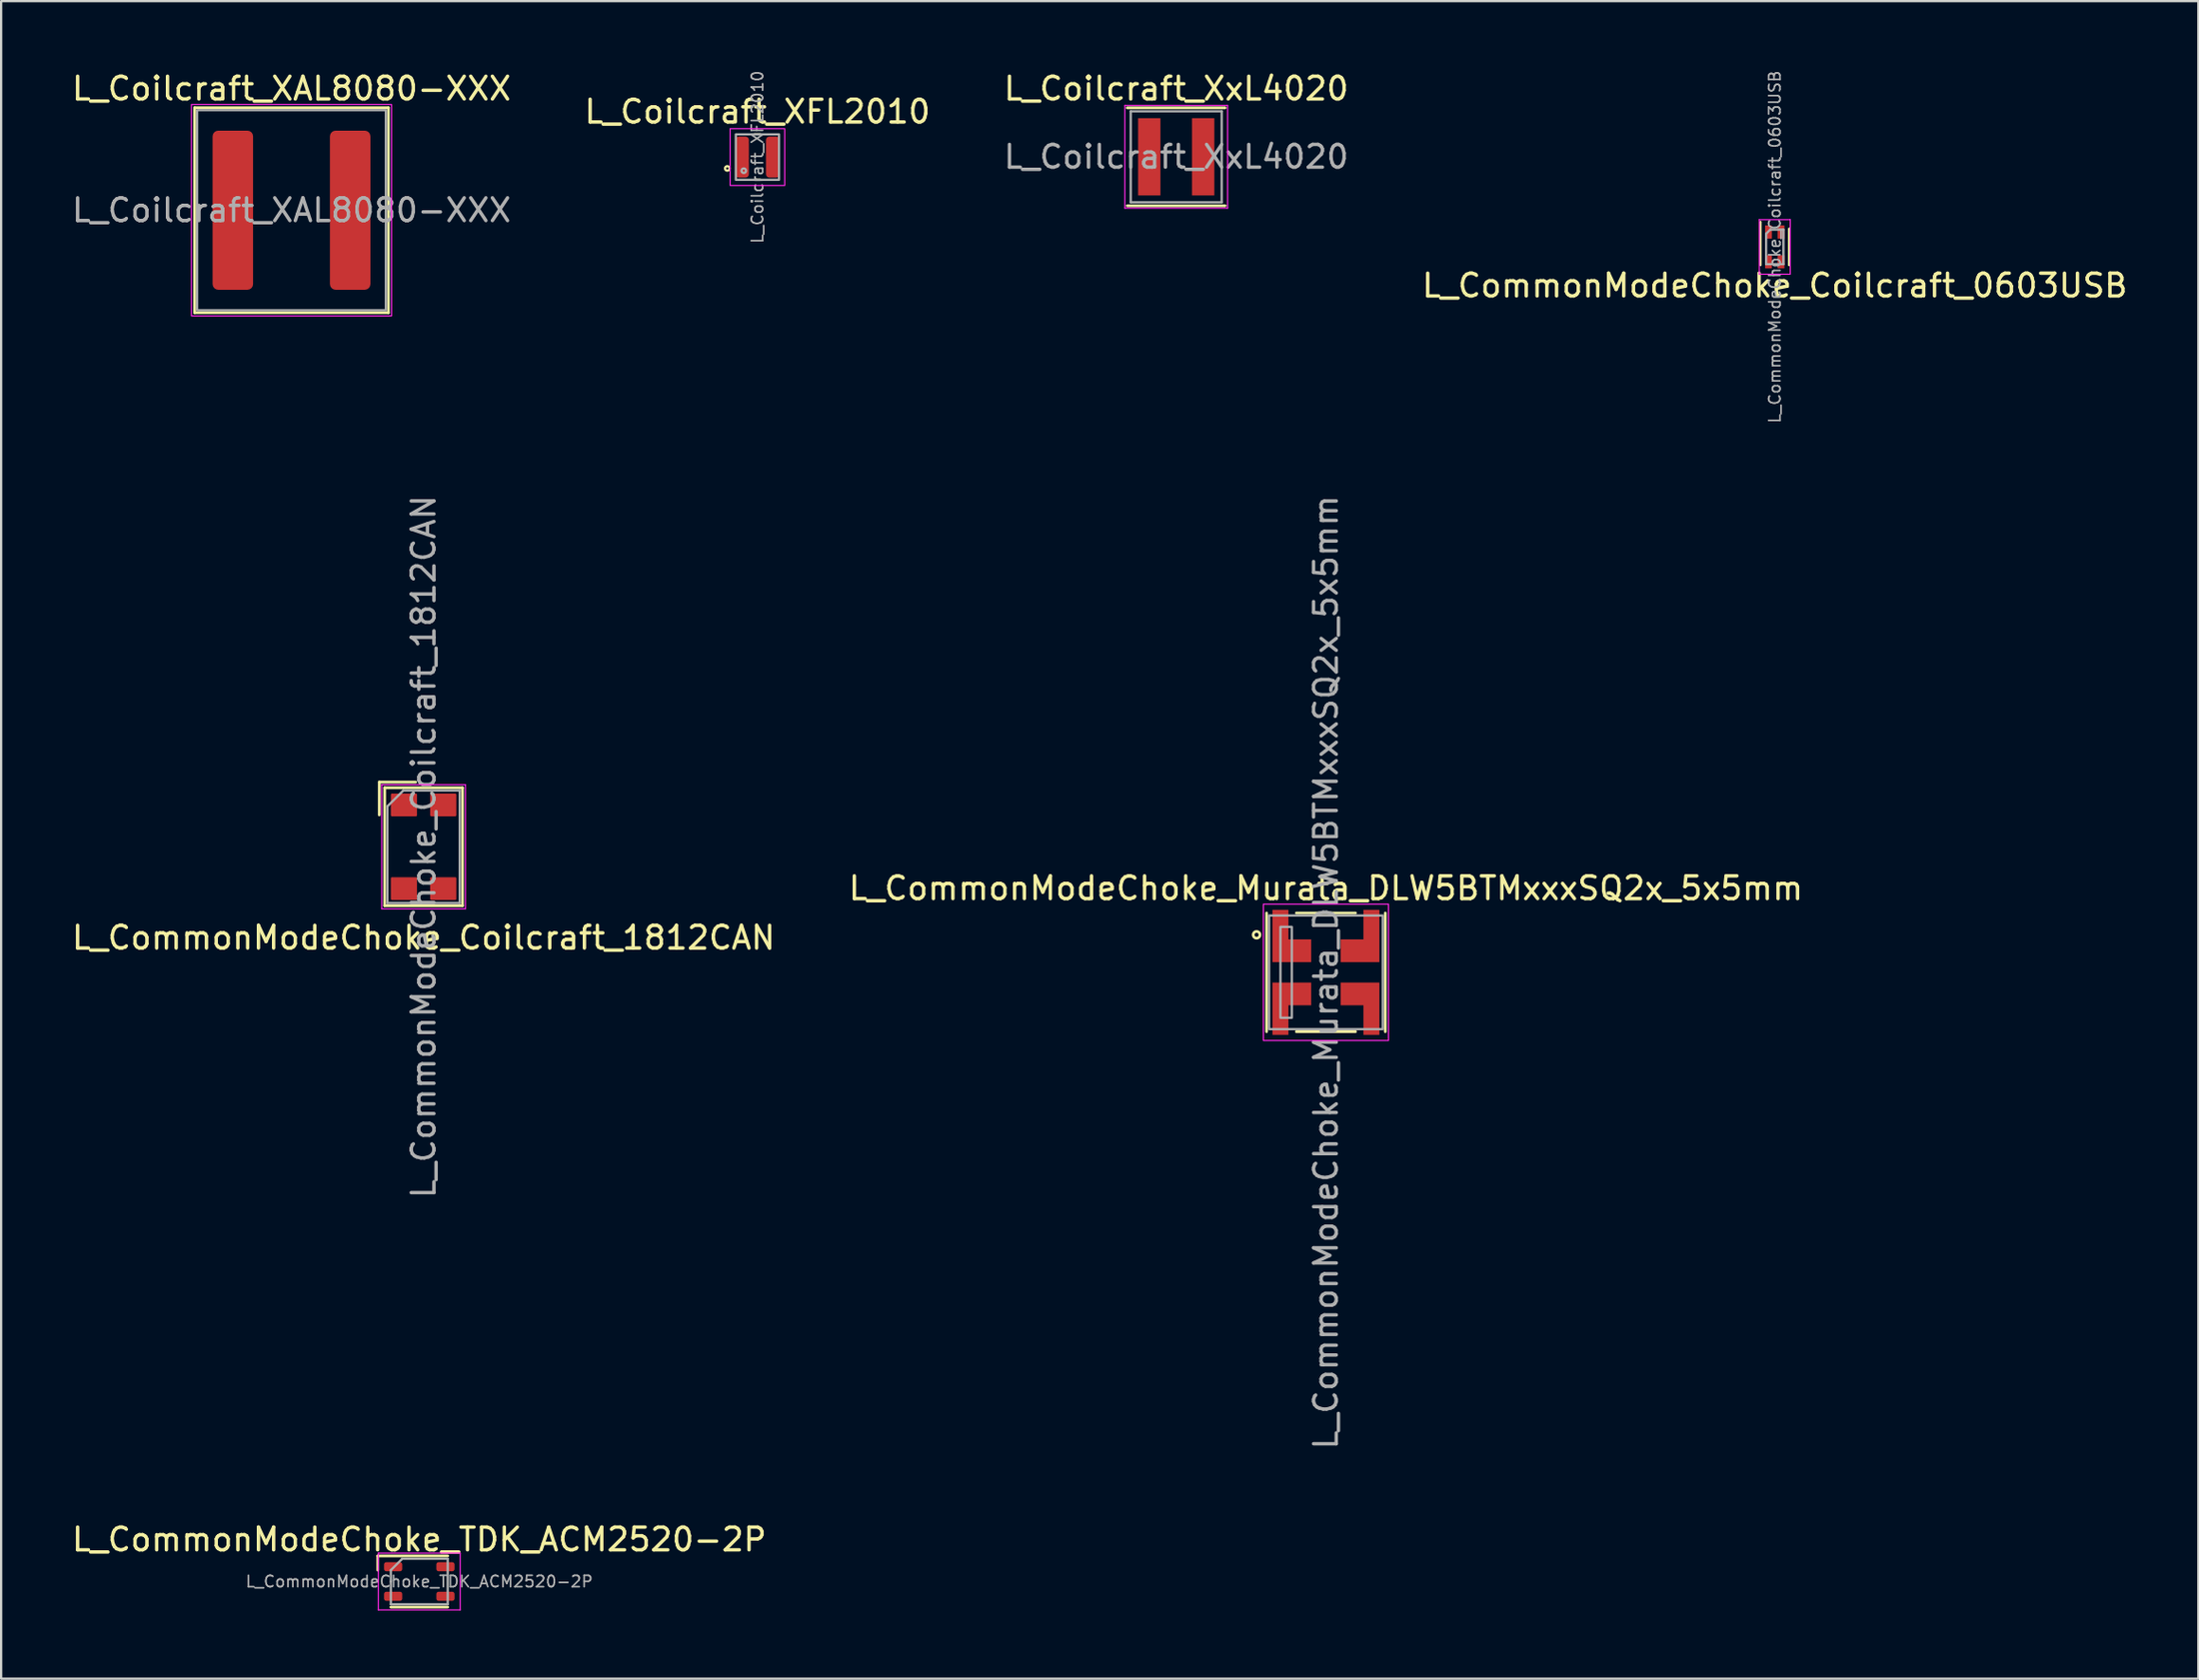
<source format=kicad_pcb>
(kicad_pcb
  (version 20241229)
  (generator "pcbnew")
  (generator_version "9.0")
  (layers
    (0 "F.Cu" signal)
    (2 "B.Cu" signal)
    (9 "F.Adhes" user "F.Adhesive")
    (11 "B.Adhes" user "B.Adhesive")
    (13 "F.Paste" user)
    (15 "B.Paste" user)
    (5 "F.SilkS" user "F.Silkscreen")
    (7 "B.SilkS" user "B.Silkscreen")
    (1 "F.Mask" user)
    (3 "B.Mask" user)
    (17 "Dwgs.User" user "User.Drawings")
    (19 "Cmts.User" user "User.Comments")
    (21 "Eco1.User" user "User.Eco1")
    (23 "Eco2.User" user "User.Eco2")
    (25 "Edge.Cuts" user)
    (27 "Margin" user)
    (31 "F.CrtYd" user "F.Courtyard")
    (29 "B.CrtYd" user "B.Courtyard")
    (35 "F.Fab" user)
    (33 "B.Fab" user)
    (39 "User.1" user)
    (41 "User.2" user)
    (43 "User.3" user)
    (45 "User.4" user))
  (footprint "L_CommonModeChoke_TDK_ACM2520-2P"
    (layer "F.Cu")
    (at 15.387 66.526)
    (property "Reference" "L_CommonModeChoke_TDK_ACM2520-2P" (at 0 -1.85 0) (layer "F.SilkS") (effects (font (size 1 1) (thickness 0.15))))
    (attr smd)
    (fp_line (start -1.825 -1.125) (end -1.825 -0.5) (stroke (width 0.12) (type default)) (layer "F.SilkS"))
    (fp_line (start -1.825 -1.125) (end 1.25 -1.125) (stroke (width 0.12) (type default)) (layer "F.SilkS"))
    (fp_line (start -1.25 1.125) (end 1.25 1.125) (stroke (width 0.12) (type default)) (layer "F.SilkS"))
    (fp_line (start -1.8 -1.25) (end 1.8 -1.25) (stroke (width 0.05) (type default)) (layer "F.CrtYd"))
    (fp_line (start -1.8 1.25) (end -1.8 -1.25) (stroke (width 0.05) (type default)) (layer "F.CrtYd"))
    (fp_line (start 1.8 -1.25) (end 1.8 1.25) (stroke (width 0.05) (type default)) (layer "F.CrtYd"))
    (fp_line (start 1.8 1.25) (end -1.8 1.25) (stroke (width 0.05) (type default)) (layer "F.CrtYd"))
    (fp_line (start -1.25 0) (end -1.25 -0.5) (stroke (width 0.1) (type default)) (layer "F.Fab"))
    (fp_line (start -1.25 1) (end -1.25 0) (stroke (width 0.1) (type default)) (layer "F.Fab"))
    (fp_line (start -0.75 -1) (end -1.25 -0.5) (stroke (width 0.1) (type default)) (layer "F.Fab"))
    (fp_line (start -0.75 -1) (end 1.25 -1) (stroke (width 0.1) (type default)) (layer "F.Fab"))
    (fp_line (start 1.25 -1) (end 1.25 1) (stroke (width 0.1) (type default)) (layer "F.Fab"))
    (fp_line (start 1.25 1) (end -1.25 1) (stroke (width 0.1) (type default)) (layer "F.Fab"))
    (fp_text user "${REFERENCE}" (at 0 0 0) (layer "F.Fab") (effects (font (size 0.5 0.5) (thickness 0.075))))
    (pad "1" smd roundrect (at -1.15 -0.65) (size 0.8 0.4) (layers "F.Cu" "F.Mask" "F.Paste") (roundrect_rratio 0.25))
    (pad "2" smd roundrect (at -1.15 0.65) (size 0.8 0.4) (layers "F.Cu" "F.Mask" "F.Paste") (roundrect_rratio 0.25))
    (pad "3" smd roundrect (at 1.15 0.65) (size 0.8 0.4) (layers "F.Cu" "F.Mask" "F.Paste") (roundrect_rratio 0.25))
    (pad "4" smd roundrect (at 1.15 -0.65) (size 0.8 0.4) (layers "F.Cu" "F.Mask" "F.Paste") (roundrect_rratio 0.25)))
  (footprint "L_CommonModeChoke_Murata_DLW5BTMxxxSQ2x_5x5mm"
    (layer "F.Cu")
    (at 55.256 39.726)
    (property "Reference" "L_CommonModeChoke_Murata_DLW5BTMxxxSQ2x_5x5mm" (at 0 -3.7 0) (layer "F.SilkS") (effects (font (size 1 1) (thickness 0.15))))
    (attr smd)
    (fp_line (start -2.61 -2.61) (end -2.61 2.61) (stroke (width 0.12) (type solid)) (layer "F.SilkS"))
    (fp_line (start -1.3 -2.61) (end 1.3 -2.61) (stroke (width 0.12) (type solid)) (layer "F.SilkS"))
    (fp_line (start -1.3 2.61) (end 1.3 2.61) (stroke (width 0.12) (type solid)) (layer "F.SilkS"))
    (fp_line (start 2.61 -2.61) (end 2.61 2.61) (stroke (width 0.12) (type solid)) (layer "F.SilkS"))
    (fp_circle (center -3.05 -1.65) (end -3.05 -1.5) (stroke (width 0.12) (type solid)) (fill no) (layer "F.SilkS"))
    (fp_rect (start -2.75 -3) (end 2.75 3) (stroke (width 0.05) (type default)) (fill no) (layer "F.CrtYd"))
    (fp_rect (start -2.5 -2.5) (end 2.5 2.5) (stroke (width 0.1) (type default)) (fill no) (layer "F.Fab"))
    (fp_rect (start -2 -2) (end -1.5 2) (stroke (width 0.1) (type default)) (fill no) (layer "F.Fab"))
    (fp_text user "${REFERENCE}" (at 0 0 90) (layer "F.Fab") (effects (font (size 1 1) (thickness 0.15))))
    (pad "1" smd custom (at -1.5 -0.95 270) (size 1 1.7) (layers "F.Cu" "F.Mask" "F.Paste") (options (anchor rect)) (primitives (gr_poly (pts (xy -1.8 0.85) (xy 0.5 0.85) (xy 0.5 -0.85) (xy -0.5 -0.85) (xy -0.5 0.15) (xy -1.8 0.15)) (width 0) (fill yes))))
    (pad "2" smd custom (at -1.5 0.95 270) (size 1 1.7) (layers "F.Cu" "F.Mask" "F.Paste") (options (anchor rect)) (primitives (gr_poly (pts (xy 1.8 0.85) (xy -0.5 0.85) (xy -0.5 -0.85) (xy 0.5 -0.85) (xy 0.5 0.15) (xy 1.8 0.15)) (width 0) (fill yes))))
    (pad "3" smd custom (at 1.5 0.95 90) (size 1 1.7) (layers "F.Cu" "F.Mask" "F.Paste") (options (anchor rect)) (primitives (gr_poly (pts (xy -1.8 0.85) (xy 0.5 0.85) (xy 0.5 -0.85) (xy -0.5 -0.85) (xy -0.5 0.15) (xy -1.8 0.15)) (width 0) (fill yes))))
    (pad "4" smd custom (at 1.5 -0.95 90) (size 1 1.7) (layers "F.Cu" "F.Mask" "F.Paste") (options (anchor rect)) (primitives (gr_poly (pts (xy 1.8 0.85) (xy -0.5 0.85) (xy -0.5 -0.85) (xy 0.5 -0.85) (xy 0.5 0.15) (xy 1.8 0.15)) (width 0) (fill yes)))))
  (footprint "L_Coilcraft_XFL2010"
    (layer "F.Cu")
    (at 30.256 3.86)
    (property "Reference" "L_Coilcraft_XFL2010" (at 0 -2 0) (unlocked yes) (layer "F.SilkS") (effects (font (size 1 1) (thickness 0.15))))
    (attr smd)
    (fp_line (start -0.125 -1) (end 0.125 -1) (stroke (width 0.1) (type solid)) (layer "F.SilkS"))
    (fp_line (start -0.125 1) (end 0.125 1) (stroke (width 0.1) (type solid)) (layer "F.SilkS"))
    (fp_circle (center -1.325 0.5) (end -1.225 0.5) (stroke (width 0.1) (type solid)) (fill no) (layer "F.SilkS"))
    (fp_rect (start -1.2 -1.25) (end 1.2 1.25) (stroke (width 0.05) (type default)) (fill no) (layer "F.CrtYd"))
    (fp_rect (start -0.95 -1) (end 0.95 1) (stroke (width 0.1) (type solid)) (fill no) (layer "F.Fab"))
    (fp_circle (center -0.6 0.6) (end -0.6 0.7) (stroke (width 0.1) (type solid)) (fill no) (layer "F.Fab"))
    (fp_text user "${REFERENCE}" (at 0 0 90) (unlocked yes) (layer "F.Fab") (effects (font (size 0.5 0.5) (thickness 0.075))))
    (pad "1" smd roundrect (at -0.675 0) (size 0.6 1.8) (layers "F.Cu" "F.Mask" "F.Paste") (roundrect_rratio 0.25))
    (pad "2" smd roundrect (at 0.675 0) (size 0.6 1.8) (layers "F.Cu" "F.Mask" "F.Paste") (roundrect_rratio 0.25)))
  (footprint "L_CommonModeChoke_Coilcraft_0603USB"
    (layer "F.Cu")
    (at 74.994 7.812)
    (property "Reference" "L_CommonModeChoke_Coilcraft_0603USB" (at 0 1.7 0) (layer "F.SilkS") (effects (font (size 1 1) (thickness 0.15))))
    (attr smd)
    (fp_line (start -0.63 -1.1) (end -0.63 0.8) (stroke (width 0.1) (type solid)) (layer "F.SilkS"))
    (fp_line (start 0.63 0.8) (end 0.63 -0.8) (stroke (width 0.1) (type solid)) (layer "F.SilkS"))
    (fp_line (start -0.68 -1.2) (end 0.68 -1.2) (stroke (width 0.05) (type solid)) (layer "F.CrtYd"))
    (fp_line (start -0.68 1.2) (end -0.68 -1.2) (stroke (width 0.05) (type solid)) (layer "F.CrtYd"))
    (fp_line (start -0.68 1.2) (end 0.68 1.2) (stroke (width 0.05) (type solid)) (layer "F.CrtYd"))
    (fp_line (start 0.68 1.2) (end 0.68 -1.2) (stroke (width 0.05) (type solid)) (layer "F.CrtYd"))
    (fp_line (start -0.38 -0.58) (end -0.38 0.76) (stroke (width 0.1) (type solid)) (layer "F.Fab"))
    (fp_line (start -0.38 -0.58) (end -0.2 -0.76) (stroke (width 0.1) (type solid)) (layer "F.Fab"))
    (fp_line (start -0.38 0.76) (end 0.38 0.76) (stroke (width 0.1) (type solid)) (layer "F.Fab"))
    (fp_line (start -0.2 -0.76) (end 0.38 -0.76) (stroke (width 0.1) (type solid)) (layer "F.Fab"))
    (fp_line (start 0.38 -0.76) (end 0.38 0.76) (stroke (width 0.1) (type solid)) (layer "F.Fab"))
    (fp_text user "${REFERENCE}" (at 0 0 90) (layer "F.Fab") (effects (font (size 0.5 0.5) (thickness 0.075))))
    (pad "1" smd roundrect (at -0.275 -0.655) (size 0.3 0.58) (layers "F.Cu" "F.Mask" "F.Paste") (roundrect_rratio 0.05))
    (pad "2" smd roundrect (at -0.275 0.655) (size 0.3 0.58) (layers "F.Cu" "F.Mask" "F.Paste") (roundrect_rratio 0.05))
    (pad "3" smd roundrect (at 0.275 0.655) (size 0.3 0.58) (layers "F.Cu" "F.Mask" "F.Paste") (roundrect_rratio 0.05))
    (pad "4" smd roundrect (at 0.275 -0.655) (size 0.3 0.58) (layers "F.Cu" "F.Mask" "F.Paste") (roundrect_rratio 0.05)))
  (footprint "L_Coilcraft_XAL8080-XXX"
    (layer "F.Cu")
    (at 9.768 6.198)
    (property "Reference" "L_Coilcraft_XAL8080-XXX" (at 0 -5.35 0) (layer "F.SilkS") (effects (font (size 1 1) (thickness 0.15))))
    (attr smd)
    (fp_line (start -4.26 -4.51) (end 4.26 -4.51) (stroke (width 0.12) (type solid)) (layer "F.SilkS"))
    (fp_line (start -4.26 4.51) (end -4.26 -4.51) (stroke (width 0.12) (type solid)) (layer "F.SilkS"))
    (fp_line (start 4.26 -4.51) (end 4.26 4.51) (stroke (width 0.12) (type solid)) (layer "F.SilkS"))
    (fp_line (start 4.26 4.51) (end -4.26 4.51) (stroke (width 0.12) (type solid)) (layer "F.SilkS"))
    (fp_rect (start -4.4 -4.65) (end 4.4 4.65) (stroke (width 0.05) (type solid)) (fill no) (layer "F.CrtYd"))
    (fp_rect (start -4.15 -4.4) (end 4.15 4.4) (stroke (width 0.1) (type solid)) (fill no) (layer "F.Fab"))
    (fp_text user "${REFERENCE}" (at 0 0 0) (layer "F.Fab") (effects (font (size 1 1) (thickness 0.15))))
    (pad "1" smd roundrect (at -2.58 0) (size 1.78 7) (layers "F.Cu" "F.Mask" "F.Paste") (roundrect_rratio 0.14))
    (pad "2" smd roundrect (at 2.58 0) (size 1.78 7) (layers "F.Cu" "F.Mask" "F.Paste") (roundrect_rratio 0.14)))
  (footprint "L_CommonModeChoke_Coilcraft_1812CAN"
    (layer "F.Cu")
    (at 15.577 34.202)
    (property "Reference" "L_CommonModeChoke_Coilcraft_1812CAN" (at 0 4 0) (layer "F.SilkS") (effects (font (size 1 1) (thickness 0.15))))
    (attr smd)
    (fp_line (start -1.95 -2.845) (end -1.95 -1.4) (stroke (width 0.12) (type solid)) (layer "F.SilkS"))
    (fp_line (start -1.95 -2.845) (end -0.35 -2.845) (stroke (width 0.12) (type solid)) (layer "F.SilkS"))
    (fp_line (start -1.71 -2.595) (end -1.71 2.595) (stroke (width 0.12) (type solid)) (layer "F.SilkS"))
    (fp_line (start -1.71 -2.595) (end 1.71 -2.595) (stroke (width 0.12) (type solid)) (layer "F.SilkS"))
    (fp_line (start -1.71 2.595) (end 1.71 2.595) (stroke (width 0.12) (type solid)) (layer "F.SilkS"))
    (fp_line (start 1.71 -2.595) (end 1.71 2.595) (stroke (width 0.12) (type solid)) (layer "F.SilkS"))
    (fp_line (start -1.84 -2.73) (end 1.84 -2.73) (stroke (width 0.05) (type solid)) (layer "F.CrtYd"))
    (fp_line (start -1.84 2.73) (end -1.84 -2.73) (stroke (width 0.05) (type solid)) (layer "F.CrtYd"))
    (fp_line (start -1.84 2.73) (end 1.84 2.73) (stroke (width 0.05) (type solid)) (layer "F.CrtYd"))
    (fp_line (start 1.84 2.73) (end 1.84 -2.73) (stroke (width 0.05) (type solid)) (layer "F.CrtYd"))
    (fp_line (start -1.59 -1.78) (end -1.59 2.475) (stroke (width 0.1) (type solid)) (layer "F.Fab"))
    (fp_line (start -1.59 -1.78) (end -0.89 -2.475) (stroke (width 0.1) (type solid)) (layer "F.Fab"))
    (fp_line (start -1.59 2.475) (end 1.59 2.475) (stroke (width 0.1) (type solid)) (layer "F.Fab"))
    (fp_line (start -0.89 -2.475) (end 1.59 -2.475) (stroke (width 0.1) (type solid)) (layer "F.Fab"))
    (fp_line (start 1.59 -2.475) (end 1.59 2.475) (stroke (width 0.1) (type solid)) (layer "F.Fab"))
    (fp_text user "${REFERENCE}" (at 0 0 90) (layer "F.Fab") (effects (font (size 1 1) (thickness 0.15))))
    (pad "1" smd roundrect (at -0.865 -1.84) (size 1.15 1) (layers "F.Cu" "F.Mask" "F.Paste") (roundrect_rratio 0.05))
    (pad "2" smd roundrect (at -0.865 1.84) (size 1.15 1) (layers "F.Cu" "F.Mask" "F.Paste") (roundrect_rratio 0.05))
    (pad "3" smd roundrect (at 0.865 1.84) (size 1.15 1) (layers "F.Cu" "F.Mask" "F.Paste") (roundrect_rratio 0.05))
    (pad "4" smd roundrect (at 0.865 -1.84) (size 1.15 1) (layers "F.Cu" "F.Mask" "F.Paste") (roundrect_rratio 0.05)))
  (footprint "L_Coilcraft_XxL4020"
    (layer "F.Cu")
    (at 48.673 3.848)
    (property "Reference" "L_Coilcraft_XxL4020" (at 0 -3 0) (layer "F.SilkS") (effects (font (size 1 1) (thickness 0.15))))
    (attr smd)
    (fp_line (start -2.154 -2.154) (end 2.154 -2.154) (stroke (width 0.12) (type solid)) (layer "F.SilkS"))
    (fp_line (start 2.154 2.154) (end -2.154 2.154) (stroke (width 0.12) (type solid)) (layer "F.SilkS"))
    (fp_line (start -2.26 -2.26) (end 2.26 -2.26) (stroke (width 0.05) (type solid)) (layer "F.CrtYd"))
    (fp_line (start -2.26 2.26) (end -2.26 -2.26) (stroke (width 0.05) (type solid)) (layer "F.CrtYd"))
    (fp_line (start 2.26 -2.26) (end 2.26 2.26) (stroke (width 0.05) (type solid)) (layer "F.CrtYd"))
    (fp_line (start 2.26 2.26) (end -2.26 2.26) (stroke (width 0.05) (type solid)) (layer "F.CrtYd"))
    (fp_line (start -2 -2) (end 2 -2) (stroke (width 0.1) (type solid)) (layer "F.Fab"))
    (fp_line (start -2 2) (end -2 -2) (stroke (width 0.1) (type solid)) (layer "F.Fab"))
    (fp_line (start 2 -2) (end 2 2) (stroke (width 0.1) (type solid)) (layer "F.Fab"))
    (fp_line (start 2 2) (end -2 2) (stroke (width 0.1) (type solid)) (layer "F.Fab"))
    (fp_text user "${REFERENCE}" (at 0 0 0) (layer "F.Fab") (effects (font (size 1 1) (thickness 0.15))))
    (pad "1" smd rect (at -1.185 0) (size 0.98 3.4) (layers "F.Cu" "F.Mask" "F.Paste"))
    (pad "2" smd rect (at 1.185 0) (size 0.98 3.4) (layers "F.Cu" "F.Mask" "F.Paste")))
  (gr_rect
    (start -3 -3)
    (end 93.619 70.801)
    (stroke (width 0.1) (type default))
    (fill no)
    (layer "Edge.Cuts")))
</source>
